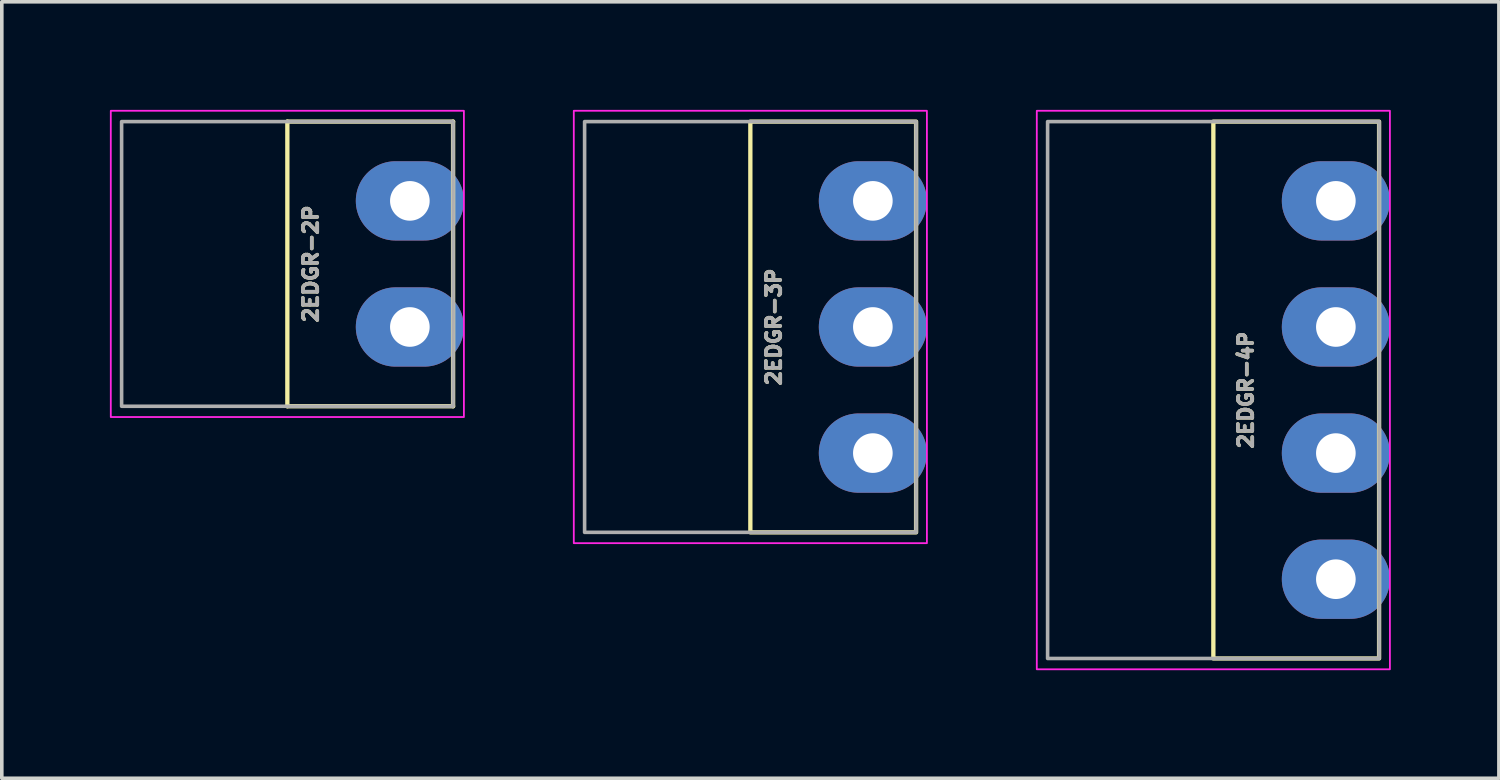
<source format=kicad_pcb>
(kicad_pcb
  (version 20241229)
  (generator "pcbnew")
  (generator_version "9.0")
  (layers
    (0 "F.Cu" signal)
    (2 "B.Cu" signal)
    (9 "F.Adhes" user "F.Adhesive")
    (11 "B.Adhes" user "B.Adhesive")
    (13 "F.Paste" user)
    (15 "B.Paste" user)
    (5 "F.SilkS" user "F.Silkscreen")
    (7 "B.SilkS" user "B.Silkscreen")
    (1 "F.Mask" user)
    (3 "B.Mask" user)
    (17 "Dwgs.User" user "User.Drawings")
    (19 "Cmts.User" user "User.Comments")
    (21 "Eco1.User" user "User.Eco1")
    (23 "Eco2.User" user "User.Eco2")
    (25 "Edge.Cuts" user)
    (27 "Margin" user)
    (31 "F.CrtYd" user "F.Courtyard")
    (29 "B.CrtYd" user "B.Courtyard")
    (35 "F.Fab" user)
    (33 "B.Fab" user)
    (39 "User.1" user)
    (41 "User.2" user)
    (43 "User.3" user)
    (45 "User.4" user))
  (footprint "2EDGR-2P"
    (layer "F.Cu")
    (at 8.325 2.525)
    (property "Reference" "2EDGR-2P" (at -2.75 1.75 90) (unlocked yes) (layer "F.SilkS") (effects (font (size 0.4 0.4) (thickness 0.1))))
    (attr through_hole)
    (fp_line (start -3.4 -2.2) (end -3.4 5.7) (stroke (width 0.12) (type default)) (layer "F.SilkS"))
    (fp_line (start -3.4 5.7) (end 1.2 5.7) (stroke (width 0.12) (type default)) (layer "F.SilkS"))
    (fp_line (start 1.2 -2.2) (end -3.4 -2.2) (stroke (width 0.12) (type default)) (layer "F.SilkS"))
    (fp_line (start 1.2 5.7) (end 1.2 -2.2) (stroke (width 0.12) (type default)) (layer "F.SilkS"))
    (fp_rect (start 1.5 -2.5) (end -8.3 6) (stroke (width 0.05) (type default)) (fill no) (layer "F.CrtYd"))
    (fp_rect (start -8 -2.2) (end 1.2 5.7) (stroke (width 0.1) (type default)) (fill no) (layer "F.Fab"))
    (fp_text user "${REFERENCE}" (at -2.75 1.75 90) (unlocked yes) (layer "F.Fab") (effects (font (size 0.4 0.4) (thickness 0.1))))
    (pad "1" thru_hole oval (at 0 0) (size 3 2.2) (drill 1.1) (layers "*.Cu" "*.Mask"))
    (pad "2" thru_hole oval (at 0 3.5) (size 3 2.2) (drill 1.1) (layers "*.Cu" "*.Mask")))
  (footprint "2EDGR-3P"
    (layer "F.Cu")
    (at 21.175 2.525)
    (property "Reference" "2EDGR-3P" (at -2.75 3.5 90) (unlocked yes) (layer "F.SilkS") (effects (font (size 0.4 0.4) (thickness 0.1))))
    (attr through_hole)
    (fp_rect (start -3.4 -2.2) (end 1.2 9.2) (stroke (width 0.12) (type default)) (fill no) (layer "F.SilkS"))
    (fp_rect (start -8.3 -2.5) (end 1.5 9.5) (stroke (width 0.05) (type default)) (fill no) (layer "F.CrtYd"))
    (fp_rect (start 1.2 -2.2) (end -8 9.2) (stroke (width 0.1) (type default)) (fill no) (layer "F.Fab"))
    (fp_text user "${REFERENCE}" (at -2.75 3.5 90) (unlocked yes) (layer "F.Fab") (effects (font (size 0.4 0.4) (thickness 0.1))))
    (pad "1" thru_hole oval (at 0 0) (size 3 2.2) (drill 1.1) (layers "*.Cu" "*.Mask"))
    (pad "2" thru_hole oval (at 0 3.5) (size 3 2.2) (drill 1.1) (layers "*.Cu" "*.Mask"))
    (pad "3" thru_hole oval (at 0 7) (size 3 2.2) (drill 1.1) (layers "*.Cu" "*.Mask")))
  (footprint "2EDGR-4P"
    (layer "F.Cu")
    (at 34.025 2.525)
    (property "Reference" "2EDGR-4P" (at -2.5 5.25 90) (unlocked yes) (layer "F.SilkS") (effects (font (size 0.4 0.4) (thickness 0.1))))
    (attr through_hole)
    (fp_rect (start -3.4 -2.2) (end 1.2 12.7) (stroke (width 0.12) (type default)) (fill no) (layer "F.SilkS"))
    (fp_rect (start -8.3 -2.5) (end 1.5 13) (stroke (width 0.05) (type default)) (fill no) (layer "F.CrtYd"))
    (fp_rect (start -8 -2.2) (end 1.2 12.7) (stroke (width 0.1) (type default)) (fill no) (layer "F.Fab"))
    (fp_text user "${REFERENCE}" (at -2.5 5.25 90) (unlocked yes) (layer "F.Fab") (effects (font (size 0.4 0.4) (thickness 0.1))))
    (pad "1" thru_hole oval (at 0 0) (size 3 2.2) (drill 1.1) (layers "*.Cu" "*.Mask"))
    (pad "2" thru_hole oval (at 0 3.5) (size 3 2.2) (drill 1.1) (layers "*.Cu" "*.Mask"))
    (pad "3" thru_hole oval (at 0 7) (size 3 2.2) (drill 1.1) (layers "*.Cu" "*.Mask"))
    (pad "3" thru_hole oval (at 0 10.5) (size 3 2.2) (drill 1.1) (layers "*.Cu" "*.Mask")))
  (gr_rect
    (start -3 -3)
    (end 38.55 18.55)
    (stroke (width 0.1) (type default))
    (fill no)
    (layer "Edge.Cuts")))
</source>
